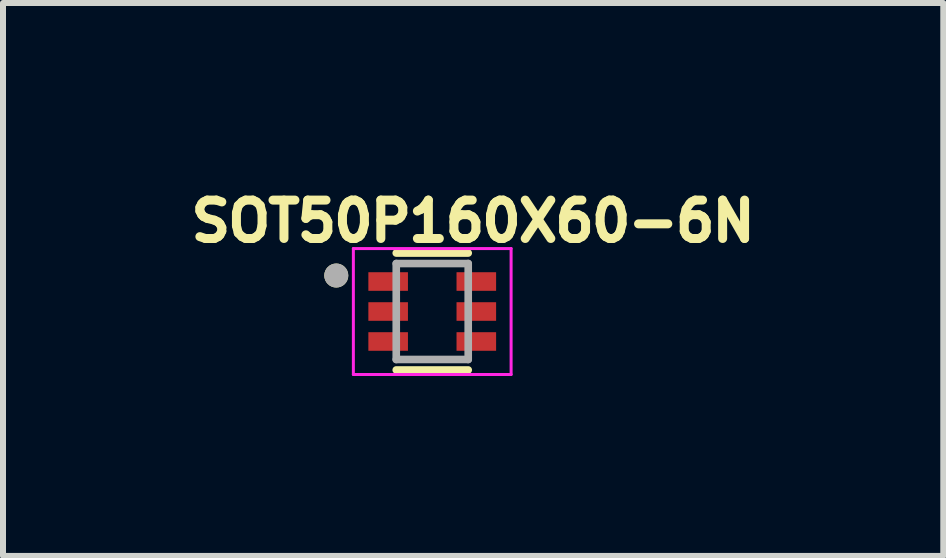
<source format=kicad_pcb>
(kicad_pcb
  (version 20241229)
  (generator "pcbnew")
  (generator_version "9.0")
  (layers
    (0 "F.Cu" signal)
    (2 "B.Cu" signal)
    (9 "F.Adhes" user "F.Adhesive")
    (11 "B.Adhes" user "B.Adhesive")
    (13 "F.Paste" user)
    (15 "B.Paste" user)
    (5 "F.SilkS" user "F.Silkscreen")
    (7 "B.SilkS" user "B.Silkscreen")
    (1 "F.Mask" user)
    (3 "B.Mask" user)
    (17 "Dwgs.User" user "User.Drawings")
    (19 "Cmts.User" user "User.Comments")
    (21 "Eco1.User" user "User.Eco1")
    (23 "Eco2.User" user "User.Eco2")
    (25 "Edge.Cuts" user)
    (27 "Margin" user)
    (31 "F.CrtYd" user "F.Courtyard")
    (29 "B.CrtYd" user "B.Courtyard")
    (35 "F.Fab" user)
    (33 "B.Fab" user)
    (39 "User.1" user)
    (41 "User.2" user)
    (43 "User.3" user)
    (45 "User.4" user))
  (footprint "SOT50P160X60-6N"
    (layer "F.Cu")
    (at 4.157 2.144)
    (property "Reference" "SOT50P160X60-6N" (at 0.682 -1.506 0) (layer "F.SilkS") (effects (font (size 0.64 0.64) (thickness 0.15))))
    (attr through_hole)
    (fp_line (start -0.6 -0.975) (end 0.6 -0.975) (stroke (width 0.127) (type solid)) (layer "F.SilkS"))
    (fp_line (start -0.6 0.975) (end 0.6 0.975) (stroke (width 0.127) (type solid)) (layer "F.SilkS"))
    (fp_circle (center -1.6 -0.6) (end -1.5 -0.6) (stroke (width 0.2) (type solid)) (fill no) (layer "F.SilkS"))
    (fp_line (start -1.315 -1.05) (end 1.315 -1.05) (stroke (width 0.05) (type solid)) (layer "F.CrtYd"))
    (fp_line (start -1.315 1.05) (end -1.315 -1.05) (stroke (width 0.05) (type solid)) (layer "F.CrtYd"))
    (fp_line (start 1.315 -1.05) (end 1.315 1.05) (stroke (width 0.05) (type solid)) (layer "F.CrtYd"))
    (fp_line (start 1.315 1.05) (end -1.315 1.05) (stroke (width 0.05) (type solid)) (layer "F.CrtYd"))
    (fp_line (start -0.6 -0.8) (end 0.6 -0.8) (stroke (width 0.127) (type solid)) (layer "F.Fab"))
    (fp_line (start -0.6 0.8) (end -0.6 -0.8) (stroke (width 0.127) (type solid)) (layer "F.Fab"))
    (fp_line (start 0.6 -0.8) (end 0.6 0.8) (stroke (width 0.127) (type solid)) (layer "F.Fab"))
    (fp_line (start 0.6 0.8) (end -0.6 0.8) (stroke (width 0.127) (type solid)) (layer "F.Fab"))
    (fp_circle (center -1.6 -0.6) (end -1.5 -0.6) (stroke (width 0.2) (type solid)) (fill no) (layer "F.Fab"))
    (pad "1" smd rect (at -0.735 -0.5) (size 0.66 0.31) (layers "F.Cu" "F.Mask" "F.Paste"))
    (pad "2" smd rect (at -0.735 0) (size 0.66 0.31) (layers "F.Cu" "F.Mask" "F.Paste"))
    (pad "3" smd rect (at -0.735 0.5) (size 0.66 0.31) (layers "F.Cu" "F.Mask" "F.Paste"))
    (pad "4" smd rect (at 0.735 0.5) (size 0.66 0.31) (layers "F.Cu" "F.Mask" "F.Paste"))
    (pad "5" smd rect (at 0.735 0) (size 0.66 0.31) (layers "F.Cu" "F.Mask" "F.Paste"))
    (pad "6" smd rect (at 0.735 -0.5) (size 0.66 0.31) (layers "F.Cu" "F.Mask" "F.Paste")))
  (gr_rect
    (start -3 -3)
    (end 12.678 6.219)
    (stroke (width 0.1) (type default))
    (fill no)
    (layer "Edge.Cuts")))
</source>
